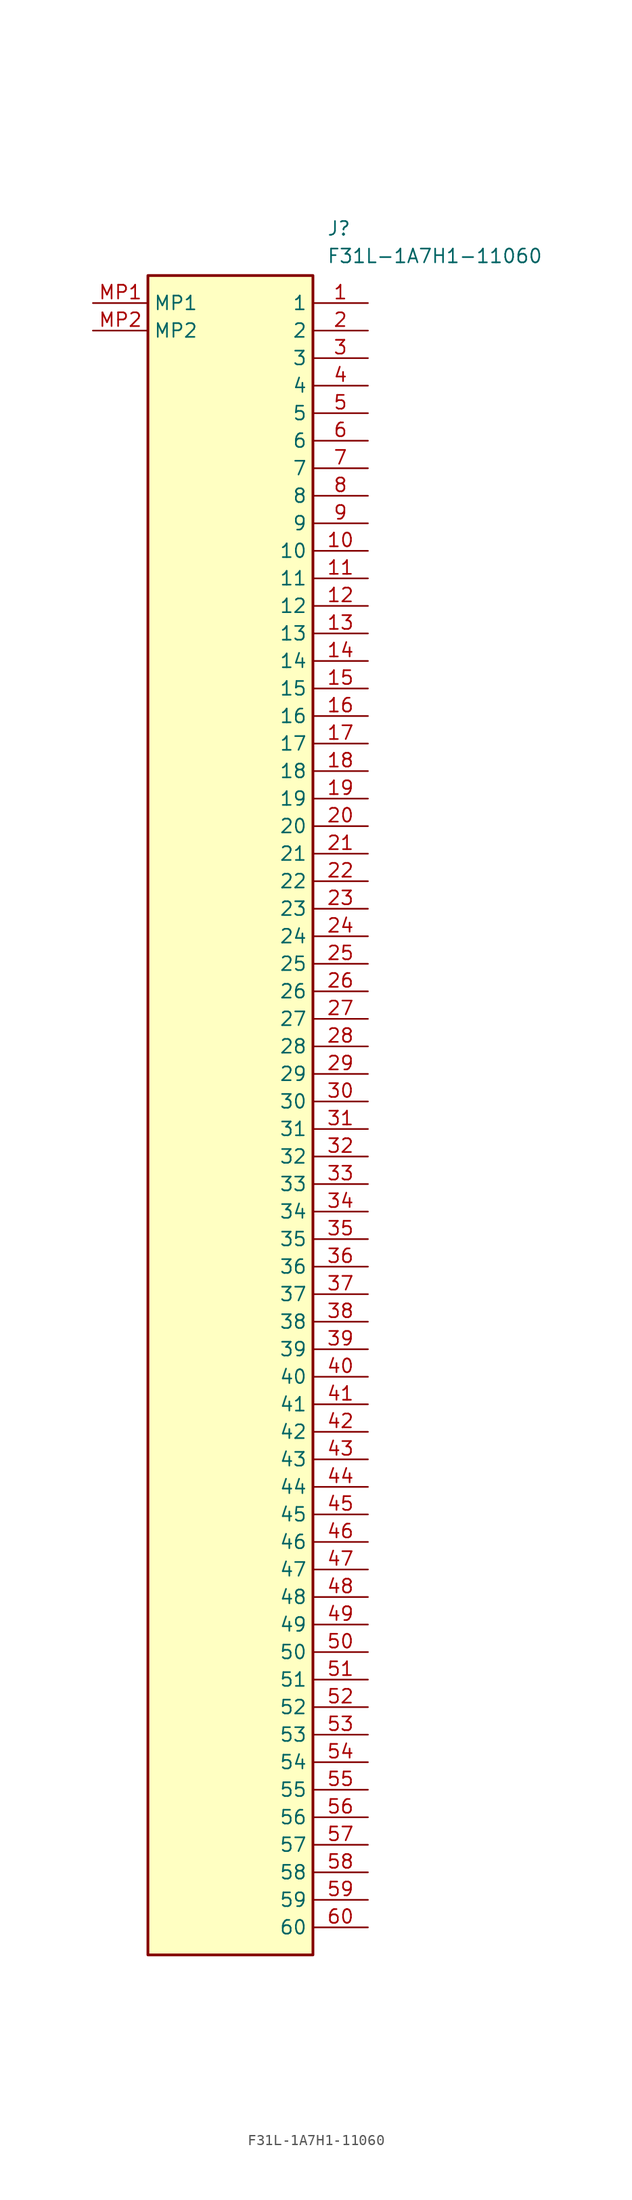
<source format=kicad_sym>
(kicad_symbol_lib
  (version 20241209)
  (generator "kicad_symbol_editor")
  (generator_version "9.0")
  (symbol "F31L-1A7H1-11060"
    (property "Reference" "J"
      (at 7.62 86.36 0)
      (effects (font (size 1.27 1.27)) (justify left top)))
    (property "Value" "F31L-1A7H1-11060"
      (at 7.62 83.82 0)
      (effects (font (size 1.27 1.27)) (justify left top)))
    (symbol "F31L-1A7H1-11060_1_1"
      (rectangle (start -8.89 81.28) (end 6.35 -73.66) (stroke (width 0.254) (type default)) (fill (type background)))
      (pin passive line (at -13.97 78.74 0) (length 5.08) (name "MP1" (effects (font (size 1.27 1.27)))) (number "MP1" (effects (font (size 1.27 1.27)))))
      (pin passive line (at -13.97 76.2 0) (length 5.08) (name "MP2" (effects (font (size 1.27 1.27)))) (number "MP2" (effects (font (size 1.27 1.27)))))
      (pin passive line (at 11.43 78.74 180) (length 5.08) (name "1" (effects (font (size 1.27 1.27)))) (number "1" (effects (font (size 1.27 1.27)))))
      (pin passive line (at 11.43 76.2 180) (length 5.08) (name "2" (effects (font (size 1.27 1.27)))) (number "2" (effects (font (size 1.27 1.27)))))
      (pin passive line (at 11.43 73.66 180) (length 5.08) (name "3" (effects (font (size 1.27 1.27)))) (number "3" (effects (font (size 1.27 1.27)))))
      (pin passive line (at 11.43 71.12 180) (length 5.08) (name "4" (effects (font (size 1.27 1.27)))) (number "4" (effects (font (size 1.27 1.27)))))
      (pin passive line (at 11.43 68.58 180) (length 5.08) (name "5" (effects (font (size 1.27 1.27)))) (number "5" (effects (font (size 1.27 1.27)))))
      (pin passive line (at 11.43 66.04 180) (length 5.08) (name "6" (effects (font (size 1.27 1.27)))) (number "6" (effects (font (size 1.27 1.27)))))
      (pin passive line (at 11.43 63.5 180) (length 5.08) (name "7" (effects (font (size 1.27 1.27)))) (number "7" (effects (font (size 1.27 1.27)))))
      (pin passive line (at 11.43 60.96 180) (length 5.08) (name "8" (effects (font (size 1.27 1.27)))) (number "8" (effects (font (size 1.27 1.27)))))
      (pin passive line (at 11.43 58.42 180) (length 5.08) (name "9" (effects (font (size 1.27 1.27)))) (number "9" (effects (font (size 1.27 1.27)))))
      (pin passive line (at 11.43 55.88 180) (length 5.08) (name "10" (effects (font (size 1.27 1.27)))) (number "10" (effects (font (size 1.27 1.27)))))
      (pin passive line (at 11.43 53.34 180) (length 5.08) (name "11" (effects (font (size 1.27 1.27)))) (number "11" (effects (font (size 1.27 1.27)))))
      (pin passive line (at 11.43 50.8 180) (length 5.08) (name "12" (effects (font (size 1.27 1.27)))) (number "12" (effects (font (size 1.27 1.27)))))
      (pin passive line (at 11.43 48.26 180) (length 5.08) (name "13" (effects (font (size 1.27 1.27)))) (number "13" (effects (font (size 1.27 1.27)))))
      (pin passive line (at 11.43 45.72 180) (length 5.08) (name "14" (effects (font (size 1.27 1.27)))) (number "14" (effects (font (size 1.27 1.27)))))
      (pin passive line (at 11.43 43.18 180) (length 5.08) (name "15" (effects (font (size 1.27 1.27)))) (number "15" (effects (font (size 1.27 1.27)))))
      (pin passive line (at 11.43 40.64 180) (length 5.08) (name "16" (effects (font (size 1.27 1.27)))) (number "16" (effects (font (size 1.27 1.27)))))
      (pin passive line (at 11.43 38.1 180) (length 5.08) (name "17" (effects (font (size 1.27 1.27)))) (number "17" (effects (font (size 1.27 1.27)))))
      (pin passive line (at 11.43 35.56 180) (length 5.08) (name "18" (effects (font (size 1.27 1.27)))) (number "18" (effects (font (size 1.27 1.27)))))
      (pin passive line (at 11.43 33.02 180) (length 5.08) (name "19" (effects (font (size 1.27 1.27)))) (number "19" (effects (font (size 1.27 1.27)))))
      (pin passive line (at 11.43 30.48 180) (length 5.08) (name "20" (effects (font (size 1.27 1.27)))) (number "20" (effects (font (size 1.27 1.27)))))
      (pin passive line (at 11.43 27.94 180) (length 5.08) (name "21" (effects (font (size 1.27 1.27)))) (number "21" (effects (font (size 1.27 1.27)))))
      (pin passive line (at 11.43 25.4 180) (length 5.08) (name "22" (effects (font (size 1.27 1.27)))) (number "22" (effects (font (size 1.27 1.27)))))
      (pin passive line (at 11.43 22.86 180) (length 5.08) (name "23" (effects (font (size 1.27 1.27)))) (number "23" (effects (font (size 1.27 1.27)))))
      (pin passive line (at 11.43 20.32 180) (length 5.08) (name "24" (effects (font (size 1.27 1.27)))) (number "24" (effects (font (size 1.27 1.27)))))
      (pin passive line (at 11.43 17.78 180) (length 5.08) (name "25" (effects (font (size 1.27 1.27)))) (number "25" (effects (font (size 1.27 1.27)))))
      (pin passive line (at 11.43 15.24 180) (length 5.08) (name "26" (effects (font (size 1.27 1.27)))) (number "26" (effects (font (size 1.27 1.27)))))
      (pin passive line (at 11.43 12.7 180) (length 5.08) (name "27" (effects (font (size 1.27 1.27)))) (number "27" (effects (font (size 1.27 1.27)))))
      (pin passive line (at 11.43 10.16 180) (length 5.08) (name "28" (effects (font (size 1.27 1.27)))) (number "28" (effects (font (size 1.27 1.27)))))
      (pin passive line (at 11.43 7.62 180) (length 5.08) (name "29" (effects (font (size 1.27 1.27)))) (number "29" (effects (font (size 1.27 1.27)))))
      (pin passive line (at 11.43 5.08 180) (length 5.08) (name "30" (effects (font (size 1.27 1.27)))) (number "30" (effects (font (size 1.27 1.27)))))
      (pin passive line (at 11.43 2.54 180) (length 5.08) (name "31" (effects (font (size 1.27 1.27)))) (number "31" (effects (font (size 1.27 1.27)))))
      (pin passive line (at 11.43 0 180) (length 5.08) (name "32" (effects (font (size 1.27 1.27)))) (number "32" (effects (font (size 1.27 1.27)))))
      (pin passive line (at 11.43 -2.54 180) (length 5.08) (name "33" (effects (font (size 1.27 1.27)))) (number "33" (effects (font (size 1.27 1.27)))))
      (pin passive line (at 11.43 -5.08 180) (length 5.08) (name "34" (effects (font (size 1.27 1.27)))) (number "34" (effects (font (size 1.27 1.27)))))
      (pin passive line (at 11.43 -7.62 180) (length 5.08) (name "35" (effects (font (size 1.27 1.27)))) (number "35" (effects (font (size 1.27 1.27)))))
      (pin passive line (at 11.43 -10.16 180) (length 5.08) (name "36" (effects (font (size 1.27 1.27)))) (number "36" (effects (font (size 1.27 1.27)))))
      (pin passive line (at 11.43 -12.7 180) (length 5.08) (name "37" (effects (font (size 1.27 1.27)))) (number "37" (effects (font (size 1.27 1.27)))))
      (pin passive line (at 11.43 -15.24 180) (length 5.08) (name "38" (effects (font (size 1.27 1.27)))) (number "38" (effects (font (size 1.27 1.27)))))
      (pin passive line (at 11.43 -17.78 180) (length 5.08) (name "39" (effects (font (size 1.27 1.27)))) (number "39" (effects (font (size 1.27 1.27)))))
      (pin passive line (at 11.43 -20.32 180) (length 5.08) (name "40" (effects (font (size 1.27 1.27)))) (number "40" (effects (font (size 1.27 1.27)))))
      (pin passive line (at 11.43 -22.86 180) (length 5.08) (name "41" (effects (font (size 1.27 1.27)))) (number "41" (effects (font (size 1.27 1.27)))))
      (pin passive line (at 11.43 -25.4 180) (length 5.08) (name "42" (effects (font (size 1.27 1.27)))) (number "42" (effects (font (size 1.27 1.27)))))
      (pin passive line (at 11.43 -27.94 180) (length 5.08) (name "43" (effects (font (size 1.27 1.27)))) (number "43" (effects (font (size 1.27 1.27)))))
      (pin passive line (at 11.43 -30.48 180) (length 5.08) (name "44" (effects (font (size 1.27 1.27)))) (number "44" (effects (font (size 1.27 1.27)))))
      (pin passive line (at 11.43 -33.02 180) (length 5.08) (name "45" (effects (font (size 1.27 1.27)))) (number "45" (effects (font (size 1.27 1.27)))))
      (pin passive line (at 11.43 -35.56 180) (length 5.08) (name "46" (effects (font (size 1.27 1.27)))) (number "46" (effects (font (size 1.27 1.27)))))
      (pin passive line (at 11.43 -38.1 180) (length 5.08) (name "47" (effects (font (size 1.27 1.27)))) (number "47" (effects (font (size 1.27 1.27)))))
      (pin passive line (at 11.43 -40.64 180) (length 5.08) (name "48" (effects (font (size 1.27 1.27)))) (number "48" (effects (font (size 1.27 1.27)))))
      (pin passive line (at 11.43 -43.18 180) (length 5.08) (name "49" (effects (font (size 1.27 1.27)))) (number "49" (effects (font (size 1.27 1.27)))))
      (pin passive line (at 11.43 -45.72 180) (length 5.08) (name "50" (effects (font (size 1.27 1.27)))) (number "50" (effects (font (size 1.27 1.27)))))
      (pin passive line (at 11.43 -48.26 180) (length 5.08) (name "51" (effects (font (size 1.27 1.27)))) (number "51" (effects (font (size 1.27 1.27)))))
      (pin passive line (at 11.43 -50.8 180) (length 5.08) (name "52" (effects (font (size 1.27 1.27)))) (number "52" (effects (font (size 1.27 1.27)))))
      (pin passive line (at 11.43 -53.34 180) (length 5.08) (name "53" (effects (font (size 1.27 1.27)))) (number "53" (effects (font (size 1.27 1.27)))))
      (pin passive line (at 11.43 -55.88 180) (length 5.08) (name "54" (effects (font (size 1.27 1.27)))) (number "54" (effects (font (size 1.27 1.27)))))
      (pin passive line (at 11.43 -58.42 180) (length 5.08) (name "55" (effects (font (size 1.27 1.27)))) (number "55" (effects (font (size 1.27 1.27)))))
      (pin passive line (at 11.43 -60.96 180) (length 5.08) (name "56" (effects (font (size 1.27 1.27)))) (number "56" (effects (font (size 1.27 1.27)))))
      (pin passive line (at 11.43 -63.5 180) (length 5.08) (name "57" (effects (font (size 1.27 1.27)))) (number "57" (effects (font (size 1.27 1.27)))))
      (pin passive line (at 11.43 -66.04 180) (length 5.08) (name "58" (effects (font (size 1.27 1.27)))) (number "58" (effects (font (size 1.27 1.27)))))
      (pin passive line (at 11.43 -68.58 180) (length 5.08) (name "59" (effects (font (size 1.27 1.27)))) (number "59" (effects (font (size 1.27 1.27)))))
      (pin passive line (at 11.43 -71.12 180) (length 5.08) (name "60" (effects (font (size 1.27 1.27)))) (number "60" (effects (font (size 1.27 1.27))))))))
</source>
